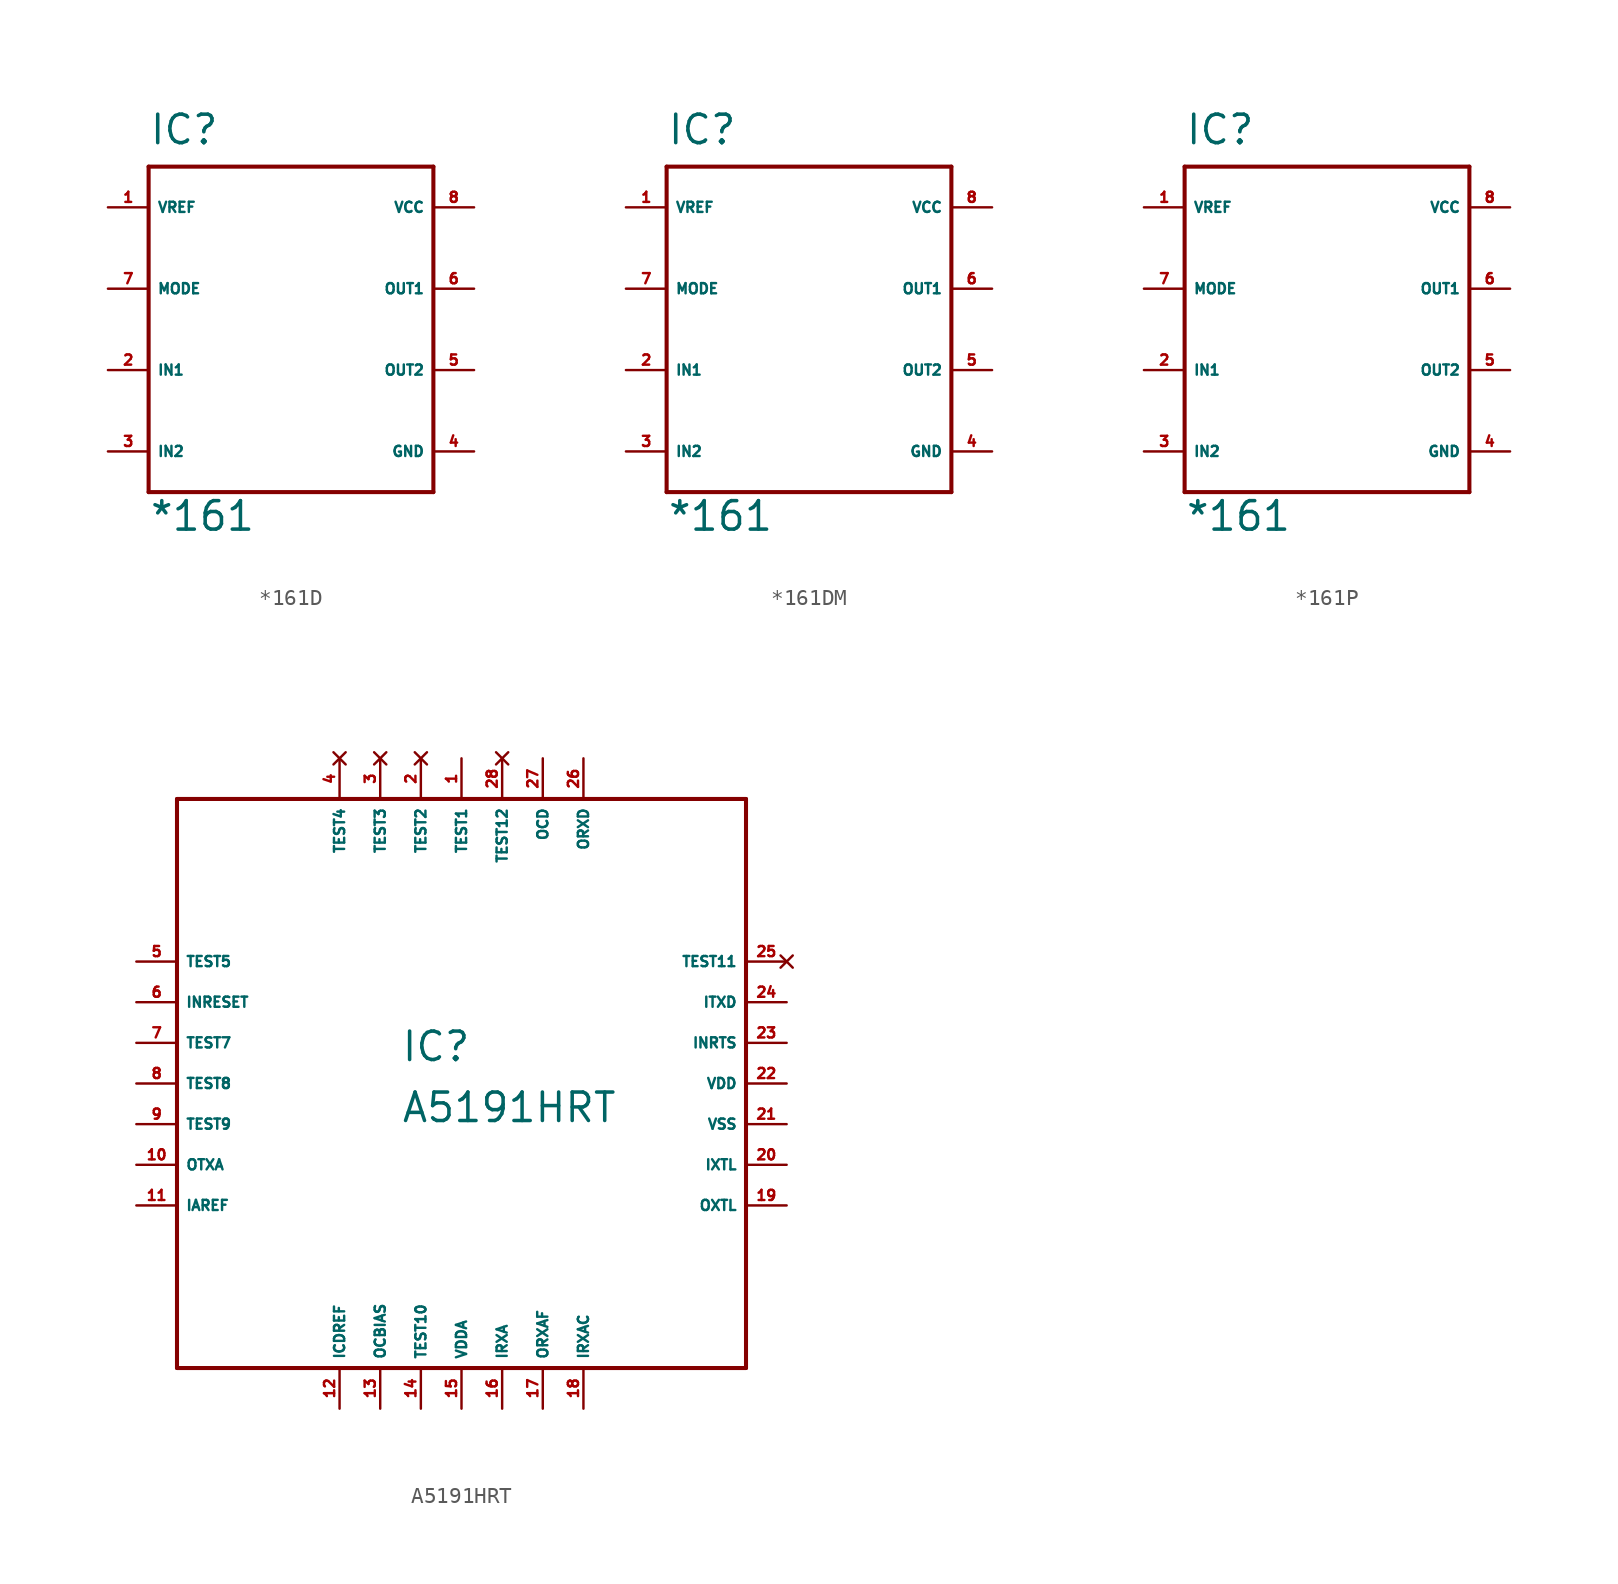
<source format=kicad_sym>
(kicad_symbol_lib
  (version 20220914)
  (generator Eagle2Kicad)
  (symbol "*161D"
    (property "Reference" "IC"
      (at -7.62 11.43 0)
      (effects (font (size 1.778 1.778) (thickness 0.22)) (justify left bottom)))
    (property "Value" "*161"
      (at -7.62 -12.7 0)
      (effects (font (size 1.778 1.778) (thickness 0.22)) (justify left bottom)))
    (polyline
      (pts (xy -7.62 10.16) (xy 10.16 10.16))
      (stroke (width 0.254) (type default))
      (fill (type none)))
    (polyline
      (pts (xy 10.16 10.16) (xy 10.16 -10.16))
      (stroke (width 0.254) (type default))
      (fill (type none)))
    (polyline
      (pts (xy 10.16 -10.16) (xy -7.62 -10.16))
      (stroke (width 0.254) (type default))
      (fill (type none)))
    (polyline
      (pts (xy -7.62 -10.16) (xy -7.62 10.16))
      (stroke (width 0.254) (type default))
      (fill (type none)))
    (pin unspecified line
      (at 12.7 7.62 180)
      (length 2.54)
      (name "VCC" (effects (font (size 0.635 0.635) (thickness 0.08)) (justify left bottom)))
      (number "8" (effects (font (size 0.635 0.635) (thickness 0.08)) (justify left bottom))))
    (pin unspecified line
      (at 12.7 -7.62 180)
      (length 2.54)
      (name "GND" (effects (font (size 0.635 0.635) (thickness 0.08)) (justify left bottom)))
      (number "4" (effects (font (size 0.635 0.635) (thickness 0.08)) (justify left bottom))))
    (pin open_collector line
      (at 12.7 2.54 180)
      (length 2.54)
      (name "OUT1" (effects (font (size 0.635 0.635) (thickness 0.08)) (justify left bottom)))
      (number "6" (effects (font (size 0.635 0.635) (thickness 0.08)) (justify left bottom))))
    (pin open_collector line
      (at 12.7 -2.54 180)
      (length 2.54)
      (name "OUT2" (effects (font (size 0.635 0.635) (thickness 0.08)) (justify left bottom)))
      (number "5" (effects (font (size 0.635 0.635) (thickness 0.08)) (justify left bottom))))
    (pin output line
      (at -10.16 7.62 0)
      (length 2.54)
      (name "VREF" (effects (font (size 0.635 0.635) (thickness 0.08)) (justify left bottom)))
      (number "1" (effects (font (size 0.635 0.635) (thickness 0.08)) (justify left bottom))))
    (pin input line
      (at -10.16 2.54 0)
      (length 2.54)
      (name "MODE" (effects (font (size 0.635 0.635) (thickness 0.08)) (justify left bottom)))
      (number "7" (effects (font (size 0.635 0.635) (thickness 0.08)) (justify left bottom))))
    (pin input line
      (at -10.16 -2.54 0)
      (length 2.54)
      (name "IN1" (effects (font (size 0.635 0.635) (thickness 0.08)) (justify left bottom)))
      (number "2" (effects (font (size 0.635 0.635) (thickness 0.08)) (justify left bottom))))
    (pin input line
      (at -10.16 -7.62 0)
      (length 2.54)
      (name "IN2" (effects (font (size 0.635 0.635) (thickness 0.08)) (justify left bottom)))
      (number "3" (effects (font (size 0.635 0.635) (thickness 0.08)) (justify left bottom)))))
  (symbol "*161DM"
    (property "Reference" "IC"
      (at -7.62 11.43 0)
      (effects (font (size 1.778 1.778) (thickness 0.22)) (justify left bottom)))
    (property "Value" "*161"
      (at -7.62 -12.7 0)
      (effects (font (size 1.778 1.778) (thickness 0.22)) (justify left bottom)))
    (polyline
      (pts (xy -7.62 10.16) (xy 10.16 10.16))
      (stroke (width 0.254) (type default))
      (fill (type none)))
    (polyline
      (pts (xy 10.16 10.16) (xy 10.16 -10.16))
      (stroke (width 0.254) (type default))
      (fill (type none)))
    (polyline
      (pts (xy 10.16 -10.16) (xy -7.62 -10.16))
      (stroke (width 0.254) (type default))
      (fill (type none)))
    (polyline
      (pts (xy -7.62 -10.16) (xy -7.62 10.16))
      (stroke (width 0.254) (type default))
      (fill (type none)))
    (pin unspecified line
      (at 12.7 7.62 180)
      (length 2.54)
      (name "VCC" (effects (font (size 0.635 0.635) (thickness 0.08)) (justify left bottom)))
      (number "8" (effects (font (size 0.635 0.635) (thickness 0.08)) (justify left bottom))))
    (pin unspecified line
      (at 12.7 -7.62 180)
      (length 2.54)
      (name "GND" (effects (font (size 0.635 0.635) (thickness 0.08)) (justify left bottom)))
      (number "4" (effects (font (size 0.635 0.635) (thickness 0.08)) (justify left bottom))))
    (pin open_collector line
      (at 12.7 2.54 180)
      (length 2.54)
      (name "OUT1" (effects (font (size 0.635 0.635) (thickness 0.08)) (justify left bottom)))
      (number "6" (effects (font (size 0.635 0.635) (thickness 0.08)) (justify left bottom))))
    (pin open_collector line
      (at 12.7 -2.54 180)
      (length 2.54)
      (name "OUT2" (effects (font (size 0.635 0.635) (thickness 0.08)) (justify left bottom)))
      (number "5" (effects (font (size 0.635 0.635) (thickness 0.08)) (justify left bottom))))
    (pin output line
      (at -10.16 7.62 0)
      (length 2.54)
      (name "VREF" (effects (font (size 0.635 0.635) (thickness 0.08)) (justify left bottom)))
      (number "1" (effects (font (size 0.635 0.635) (thickness 0.08)) (justify left bottom))))
    (pin input line
      (at -10.16 2.54 0)
      (length 2.54)
      (name "MODE" (effects (font (size 0.635 0.635) (thickness 0.08)) (justify left bottom)))
      (number "7" (effects (font (size 0.635 0.635) (thickness 0.08)) (justify left bottom))))
    (pin input line
      (at -10.16 -2.54 0)
      (length 2.54)
      (name "IN1" (effects (font (size 0.635 0.635) (thickness 0.08)) (justify left bottom)))
      (number "2" (effects (font (size 0.635 0.635) (thickness 0.08)) (justify left bottom))))
    (pin input line
      (at -10.16 -7.62 0)
      (length 2.54)
      (name "IN2" (effects (font (size 0.635 0.635) (thickness 0.08)) (justify left bottom)))
      (number "3" (effects (font (size 0.635 0.635) (thickness 0.08)) (justify left bottom)))))
  (symbol "*161P"
    (property "Reference" "IC"
      (at -7.62 11.43 0)
      (effects (font (size 1.778 1.778) (thickness 0.22)) (justify left bottom)))
    (property "Value" "*161"
      (at -7.62 -12.7 0)
      (effects (font (size 1.778 1.778) (thickness 0.22)) (justify left bottom)))
    (polyline
      (pts (xy -7.62 10.16) (xy 10.16 10.16))
      (stroke (width 0.254) (type default))
      (fill (type none)))
    (polyline
      (pts (xy 10.16 10.16) (xy 10.16 -10.16))
      (stroke (width 0.254) (type default))
      (fill (type none)))
    (polyline
      (pts (xy 10.16 -10.16) (xy -7.62 -10.16))
      (stroke (width 0.254) (type default))
      (fill (type none)))
    (polyline
      (pts (xy -7.62 -10.16) (xy -7.62 10.16))
      (stroke (width 0.254) (type default))
      (fill (type none)))
    (pin unspecified line
      (at 12.7 7.62 180)
      (length 2.54)
      (name "VCC" (effects (font (size 0.635 0.635) (thickness 0.08)) (justify left bottom)))
      (number "8" (effects (font (size 0.635 0.635) (thickness 0.08)) (justify left bottom))))
    (pin unspecified line
      (at 12.7 -7.62 180)
      (length 2.54)
      (name "GND" (effects (font (size 0.635 0.635) (thickness 0.08)) (justify left bottom)))
      (number "4" (effects (font (size 0.635 0.635) (thickness 0.08)) (justify left bottom))))
    (pin open_collector line
      (at 12.7 2.54 180)
      (length 2.54)
      (name "OUT1" (effects (font (size 0.635 0.635) (thickness 0.08)) (justify left bottom)))
      (number "6" (effects (font (size 0.635 0.635) (thickness 0.08)) (justify left bottom))))
    (pin open_collector line
      (at 12.7 -2.54 180)
      (length 2.54)
      (name "OUT2" (effects (font (size 0.635 0.635) (thickness 0.08)) (justify left bottom)))
      (number "5" (effects (font (size 0.635 0.635) (thickness 0.08)) (justify left bottom))))
    (pin output line
      (at -10.16 7.62 0)
      (length 2.54)
      (name "VREF" (effects (font (size 0.635 0.635) (thickness 0.08)) (justify left bottom)))
      (number "1" (effects (font (size 0.635 0.635) (thickness 0.08)) (justify left bottom))))
    (pin input line
      (at -10.16 2.54 0)
      (length 2.54)
      (name "MODE" (effects (font (size 0.635 0.635) (thickness 0.08)) (justify left bottom)))
      (number "7" (effects (font (size 0.635 0.635) (thickness 0.08)) (justify left bottom))))
    (pin input line
      (at -10.16 -2.54 0)
      (length 2.54)
      (name "IN1" (effects (font (size 0.635 0.635) (thickness 0.08)) (justify left bottom)))
      (number "2" (effects (font (size 0.635 0.635) (thickness 0.08)) (justify left bottom))))
    (pin input line
      (at -10.16 -7.62 0)
      (length 2.54)
      (name "IN2" (effects (font (size 0.635 0.635) (thickness 0.08)) (justify left bottom)))
      (number "3" (effects (font (size 0.635 0.635) (thickness 0.08)) (justify left bottom)))))
  (symbol "A5191HRT"
    (property "Reference" "IC"
      (at -3.81 1.27 0)
      (effects (font (size 1.778 1.778) (thickness 0.22)) (justify left bottom)))
    (property "Value" "A5191HRT"
      (at -3.81 -2.54 0)
      (effects (font (size 1.778 1.778) (thickness 0.22)) (justify left bottom)))
    (polyline
      (pts (xy -17.78 -17.78) (xy 17.78 -17.78))
      (stroke (width 0.254) (type default))
      (fill (type none)))
    (polyline
      (pts (xy 17.78 -17.78) (xy 17.78 17.78))
      (stroke (width 0.254) (type default))
      (fill (type none)))
    (polyline
      (pts (xy 17.78 17.78) (xy -17.78 17.78))
      (stroke (width 0.254) (type default))
      (fill (type none)))
    (polyline
      (pts (xy -17.78 17.78) (xy -17.78 -17.78))
      (stroke (width 0.254) (type default))
      (fill (type none)))
    (pin input line
      (at 0 20.32 270)
      (length 2.54)
      (name "TEST1" (effects (font (size 0.635 0.635) (thickness 0.08)) (justify left bottom)))
      (number "1" (effects (font (size 0.635 0.635) (thickness 0.08)) (justify left bottom))))
    (pin no_connect line
      (at -2.54 20.32 270)
      (length 2.54)
      (name "TEST2" (effects (font (size 0.635 0.635) (thickness 0.08)) (justify left bottom) hide))
      (number "2" (effects (font (size 0.635 0.635) (thickness 0.08)) (justify left bottom) hide)))
    (pin no_connect line
      (at -5.08 20.32 270)
      (length 2.54)
      (name "TEST3" (effects (font (size 0.635 0.635) (thickness 0.08)) (justify left bottom) hide))
      (number "3" (effects (font (size 0.635 0.635) (thickness 0.08)) (justify left bottom) hide)))
    (pin no_connect line
      (at -7.62 20.32 270)
      (length 2.54)
      (name "TEST4" (effects (font (size 0.635 0.635) (thickness 0.08)) (justify left bottom) hide))
      (number "4" (effects (font (size 0.635 0.635) (thickness 0.08)) (justify left bottom) hide)))
    (pin input line
      (at -20.32 7.62 0)
      (length 2.54)
      (name "TEST5" (effects (font (size 0.635 0.635) (thickness 0.08)) (justify left bottom)))
      (number "5" (effects (font (size 0.635 0.635) (thickness 0.08)) (justify left bottom))))
    (pin input line
      (at -20.32 5.08 0)
      (length 2.54)
      (name "INRESET" (effects (font (size 0.635 0.635) (thickness 0.08)) (justify left bottom)))
      (number "6" (effects (font (size 0.635 0.635) (thickness 0.08)) (justify left bottom))))
    (pin input line
      (at -20.32 2.54 0)
      (length 2.54)
      (name "TEST7" (effects (font (size 0.635 0.635) (thickness 0.08)) (justify left bottom)))
      (number "7" (effects (font (size 0.635 0.635) (thickness 0.08)) (justify left bottom))))
    (pin input line
      (at -20.32 0 0)
      (length 2.54)
      (name "TEST8" (effects (font (size 0.635 0.635) (thickness 0.08)) (justify left bottom)))
      (number "8" (effects (font (size 0.635 0.635) (thickness 0.08)) (justify left bottom))))
    (pin input line
      (at -20.32 -2.54 0)
      (length 2.54)
      (name "TEST9" (effects (font (size 0.635 0.635) (thickness 0.08)) (justify left bottom)))
      (number "9" (effects (font (size 0.635 0.635) (thickness 0.08)) (justify left bottom))))
    (pin output line
      (at -20.32 -5.08 0)
      (length 2.54)
      (name "OTXA" (effects (font (size 0.635 0.635) (thickness 0.08)) (justify left bottom)))
      (number "10" (effects (font (size 0.635 0.635) (thickness 0.08)) (justify left bottom))))
    (pin input line
      (at -20.32 -7.62 0)
      (length 2.54)
      (name "IAREF" (effects (font (size 0.635 0.635) (thickness 0.08)) (justify left bottom)))
      (number "11" (effects (font (size 0.635 0.635) (thickness 0.08)) (justify left bottom))))
    (pin input line
      (at -7.62 -20.32 90)
      (length 2.54)
      (name "ICDREF" (effects (font (size 0.635 0.635) (thickness 0.08)) (justify left bottom)))
      (number "12" (effects (font (size 0.635 0.635) (thickness 0.08)) (justify left bottom))))
    (pin output line
      (at -5.08 -20.32 90)
      (length 2.54)
      (name "OCBIAS" (effects (font (size 0.635 0.635) (thickness 0.08)) (justify left bottom)))
      (number "13" (effects (font (size 0.635 0.635) (thickness 0.08)) (justify left bottom))))
    (pin input line
      (at -2.54 -20.32 90)
      (length 2.54)
      (name "TEST10" (effects (font (size 0.635 0.635) (thickness 0.08)) (justify left bottom)))
      (number "14" (effects (font (size 0.635 0.635) (thickness 0.08)) (justify left bottom))))
    (pin unspecified line
      (at 0 -20.32 90)
      (length 2.54)
      (name "VDDA" (effects (font (size 0.635 0.635) (thickness 0.08)) (justify left bottom)))
      (number "15" (effects (font (size 0.635 0.635) (thickness 0.08)) (justify left bottom))))
    (pin input line
      (at 2.54 -20.32 90)
      (length 2.54)
      (name "IRXA" (effects (font (size 0.635 0.635) (thickness 0.08)) (justify left bottom)))
      (number "16" (effects (font (size 0.635 0.635) (thickness 0.08)) (justify left bottom))))
    (pin output line
      (at 5.08 -20.32 90)
      (length 2.54)
      (name "ORXAF" (effects (font (size 0.635 0.635) (thickness 0.08)) (justify left bottom)))
      (number "17" (effects (font (size 0.635 0.635) (thickness 0.08)) (justify left bottom))))
    (pin input line
      (at 7.62 -20.32 90)
      (length 2.54)
      (name "IRXAC" (effects (font (size 0.635 0.635) (thickness 0.08)) (justify left bottom)))
      (number "18" (effects (font (size 0.635 0.635) (thickness 0.08)) (justify left bottom))))
    (pin output line
      (at 20.32 -7.62 180)
      (length 2.54)
      (name "OXTL" (effects (font (size 0.635 0.635) (thickness 0.08)) (justify left bottom)))
      (number "19" (effects (font (size 0.635 0.635) (thickness 0.08)) (justify left bottom))))
    (pin input line
      (at 20.32 -5.08 180)
      (length 2.54)
      (name "IXTL" (effects (font (size 0.635 0.635) (thickness 0.08)) (justify left bottom)))
      (number "20" (effects (font (size 0.635 0.635) (thickness 0.08)) (justify left bottom))))
    (pin unspecified line
      (at 20.32 -2.54 180)
      (length 2.54)
      (name "VSS" (effects (font (size 0.635 0.635) (thickness 0.08)) (justify left bottom)))
      (number "21" (effects (font (size 0.635 0.635) (thickness 0.08)) (justify left bottom))))
    (pin unspecified line
      (at 20.32 0 180)
      (length 2.54)
      (name "VDD" (effects (font (size 0.635 0.635) (thickness 0.08)) (justify left bottom)))
      (number "22" (effects (font (size 0.635 0.635) (thickness 0.08)) (justify left bottom))))
    (pin input line
      (at 20.32 2.54 180)
      (length 2.54)
      (name "INRTS" (effects (font (size 0.635 0.635) (thickness 0.08)) (justify left bottom)))
      (number "23" (effects (font (size 0.635 0.635) (thickness 0.08)) (justify left bottom))))
    (pin input line
      (at 20.32 5.08 180)
      (length 2.54)
      (name "ITXD" (effects (font (size 0.635 0.635) (thickness 0.08)) (justify left bottom)))
      (number "24" (effects (font (size 0.635 0.635) (thickness 0.08)) (justify left bottom))))
    (pin no_connect line
      (at 20.32 7.62 180)
      (length 2.54)
      (name "TEST11" (effects (font (size 0.635 0.635) (thickness 0.08)) (justify left bottom) hide))
      (number "25" (effects (font (size 0.635 0.635) (thickness 0.08)) (justify left bottom) hide)))
    (pin output line
      (at 7.62 20.32 270)
      (length 2.54)
      (name "ORXD" (effects (font (size 0.635 0.635) (thickness 0.08)) (justify left bottom)))
      (number "26" (effects (font (size 0.635 0.635) (thickness 0.08)) (justify left bottom))))
    (pin output line
      (at 5.08 20.32 270)
      (length 2.54)
      (name "OCD" (effects (font (size 0.635 0.635) (thickness 0.08)) (justify left bottom)))
      (number "27" (effects (font (size 0.635 0.635) (thickness 0.08)) (justify left bottom))))
    (pin no_connect line
      (at 2.54 20.32 270)
      (length 2.54)
      (name "TEST12" (effects (font (size 0.635 0.635) (thickness 0.08)) (justify left bottom) hide))
      (number "28" (effects (font (size 0.635 0.635) (thickness 0.08)) (justify left bottom) hide)))))
</source>
